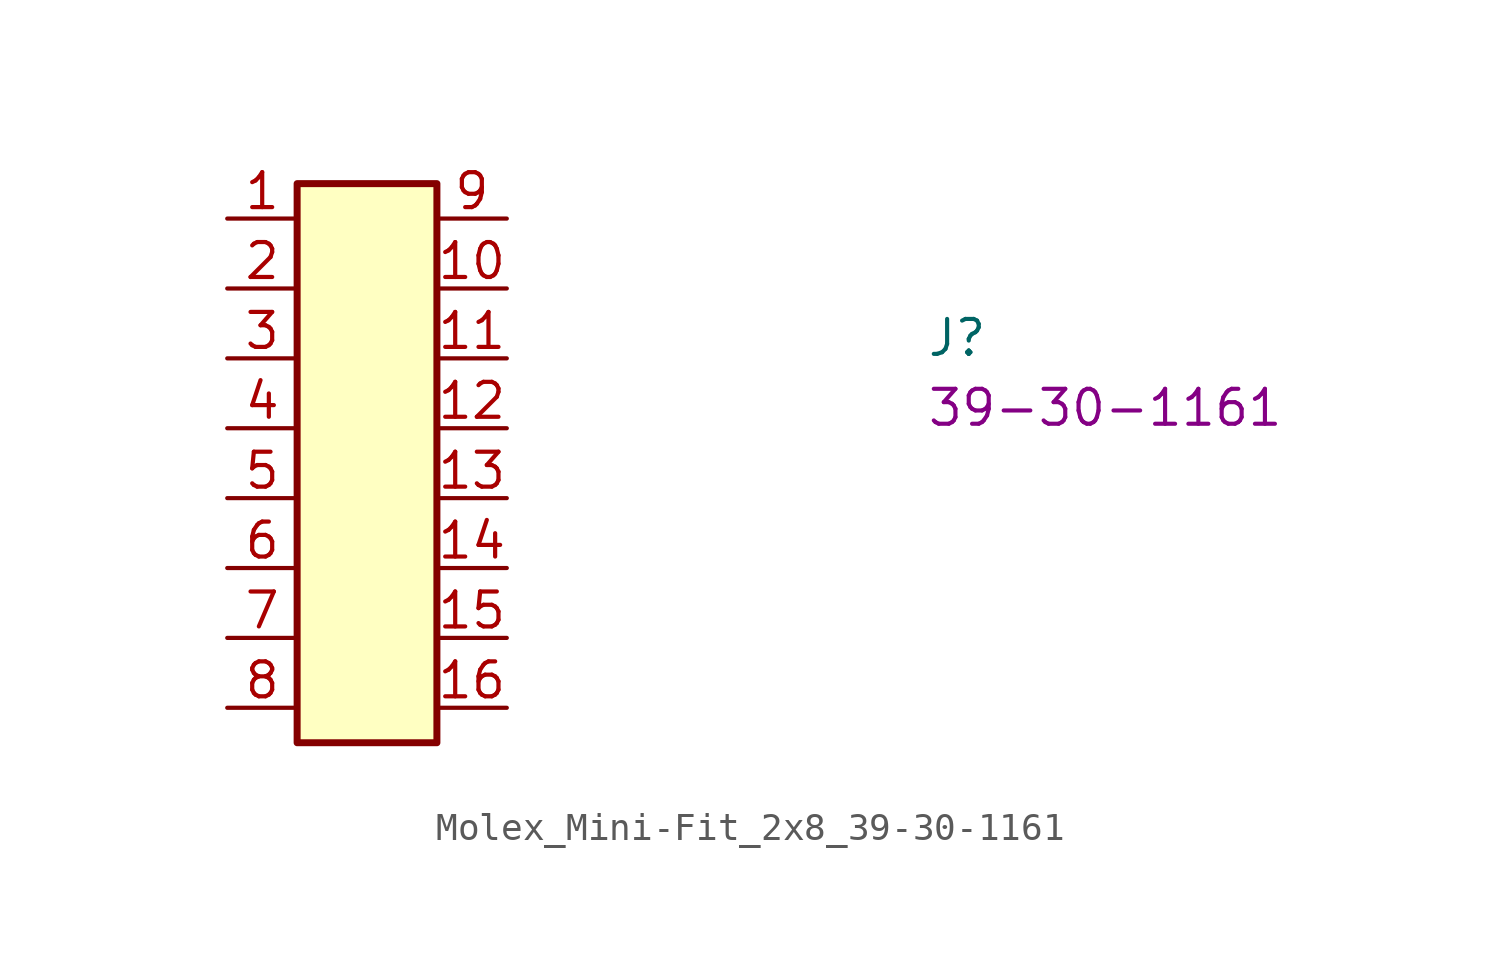
<source format=kicad_sym>
(kicad_symbol_lib
  (version 20220914)
  (generator kicad_symbol_editor)
  (symbol "Molex_Mini-Fit_2x8_39-30-1161"
    (property "Reference" "J"
      (at 25.4 -5.08 0)
      (effects (font (size 1.27 1.27) (thickness 0.15)) (justify left bottom)))
    (property "MPN" "39-30-1161"
      (at 25.4 -7.62 0)
      (effects (font (size 1.27 1.27) (thickness 0.15)) (justify left bottom)))
    (symbol "Molex_Mini-Fit_2x8_39-30-1161_1_1"
      (rectangle (start 2.54 1.27) (end 7.62 -19.05) (stroke (width 0.254) (type default)) (fill (type background)))
      (pin passive line (at 0 0 0) (length 2.54) (name "~" (effects (font (size 1.27 1.27)))) (number "1" (effects (font (size 1.27 1.27)))))
      (pin passive line (at 10.16 -2.54 180) (length 2.54) (name "~" (effects (font (size 1.27 1.27)))) (number "10" (effects (font (size 1.27 1.27)))))
      (pin passive line (at 10.16 -5.08 180) (length 2.54) (name "~" (effects (font (size 1.27 1.27)))) (number "11" (effects (font (size 1.27 1.27)))))
      (pin passive line (at 10.16 -7.62 180) (length 2.54) (name "~" (effects (font (size 1.27 1.27)))) (number "12" (effects (font (size 1.27 1.27)))))
      (pin passive line (at 10.16 -10.16 180) (length 2.54) (name "~" (effects (font (size 1.27 1.27)))) (number "13" (effects (font (size 1.27 1.27)))))
      (pin passive line (at 10.16 -12.7 180) (length 2.54) (name "~" (effects (font (size 1.27 1.27)))) (number "14" (effects (font (size 1.27 1.27)))))
      (pin passive line (at 10.16 -15.24 180) (length 2.54) (name "~" (effects (font (size 1.27 1.27)))) (number "15" (effects (font (size 1.27 1.27)))))
      (pin passive line (at 10.16 -17.78 180) (length 2.54) (name "~" (effects (font (size 1.27 1.27)))) (number "16" (effects (font (size 1.27 1.27)))))
      (pin passive line (at 0 -2.54 0) (length 2.54) (name "~" (effects (font (size 1.27 1.27)))) (number "2" (effects (font (size 1.27 1.27)))))
      (pin passive line (at 0 -5.08 0) (length 2.54) (name "~" (effects (font (size 1.27 1.27)))) (number "3" (effects (font (size 1.27 1.27)))))
      (pin passive line (at 0 -7.62 0) (length 2.54) (name "~" (effects (font (size 1.27 1.27)))) (number "4" (effects (font (size 1.27 1.27)))))
      (pin passive line (at 0 -10.16 0) (length 2.54) (name "~" (effects (font (size 1.27 1.27)))) (number "5" (effects (font (size 1.27 1.27)))))
      (pin passive line (at 0 -12.7 0) (length 2.54) (name "~" (effects (font (size 1.27 1.27)))) (number "6" (effects (font (size 1.27 1.27)))))
      (pin passive line (at 0 -15.24 0) (length 2.54) (name "~" (effects (font (size 1.27 1.27)))) (number "7" (effects (font (size 1.27 1.27)))))
      (pin passive line (at 0 -17.78 0) (length 2.54) (name "~" (effects (font (size 1.27 1.27)))) (number "8" (effects (font (size 1.27 1.27)))))
      (pin passive line (at 10.16 0 180) (length 2.54) (name "~" (effects (font (size 1.27 1.27)))) (number "9" (effects (font (size 1.27 1.27))))))))
</source>
